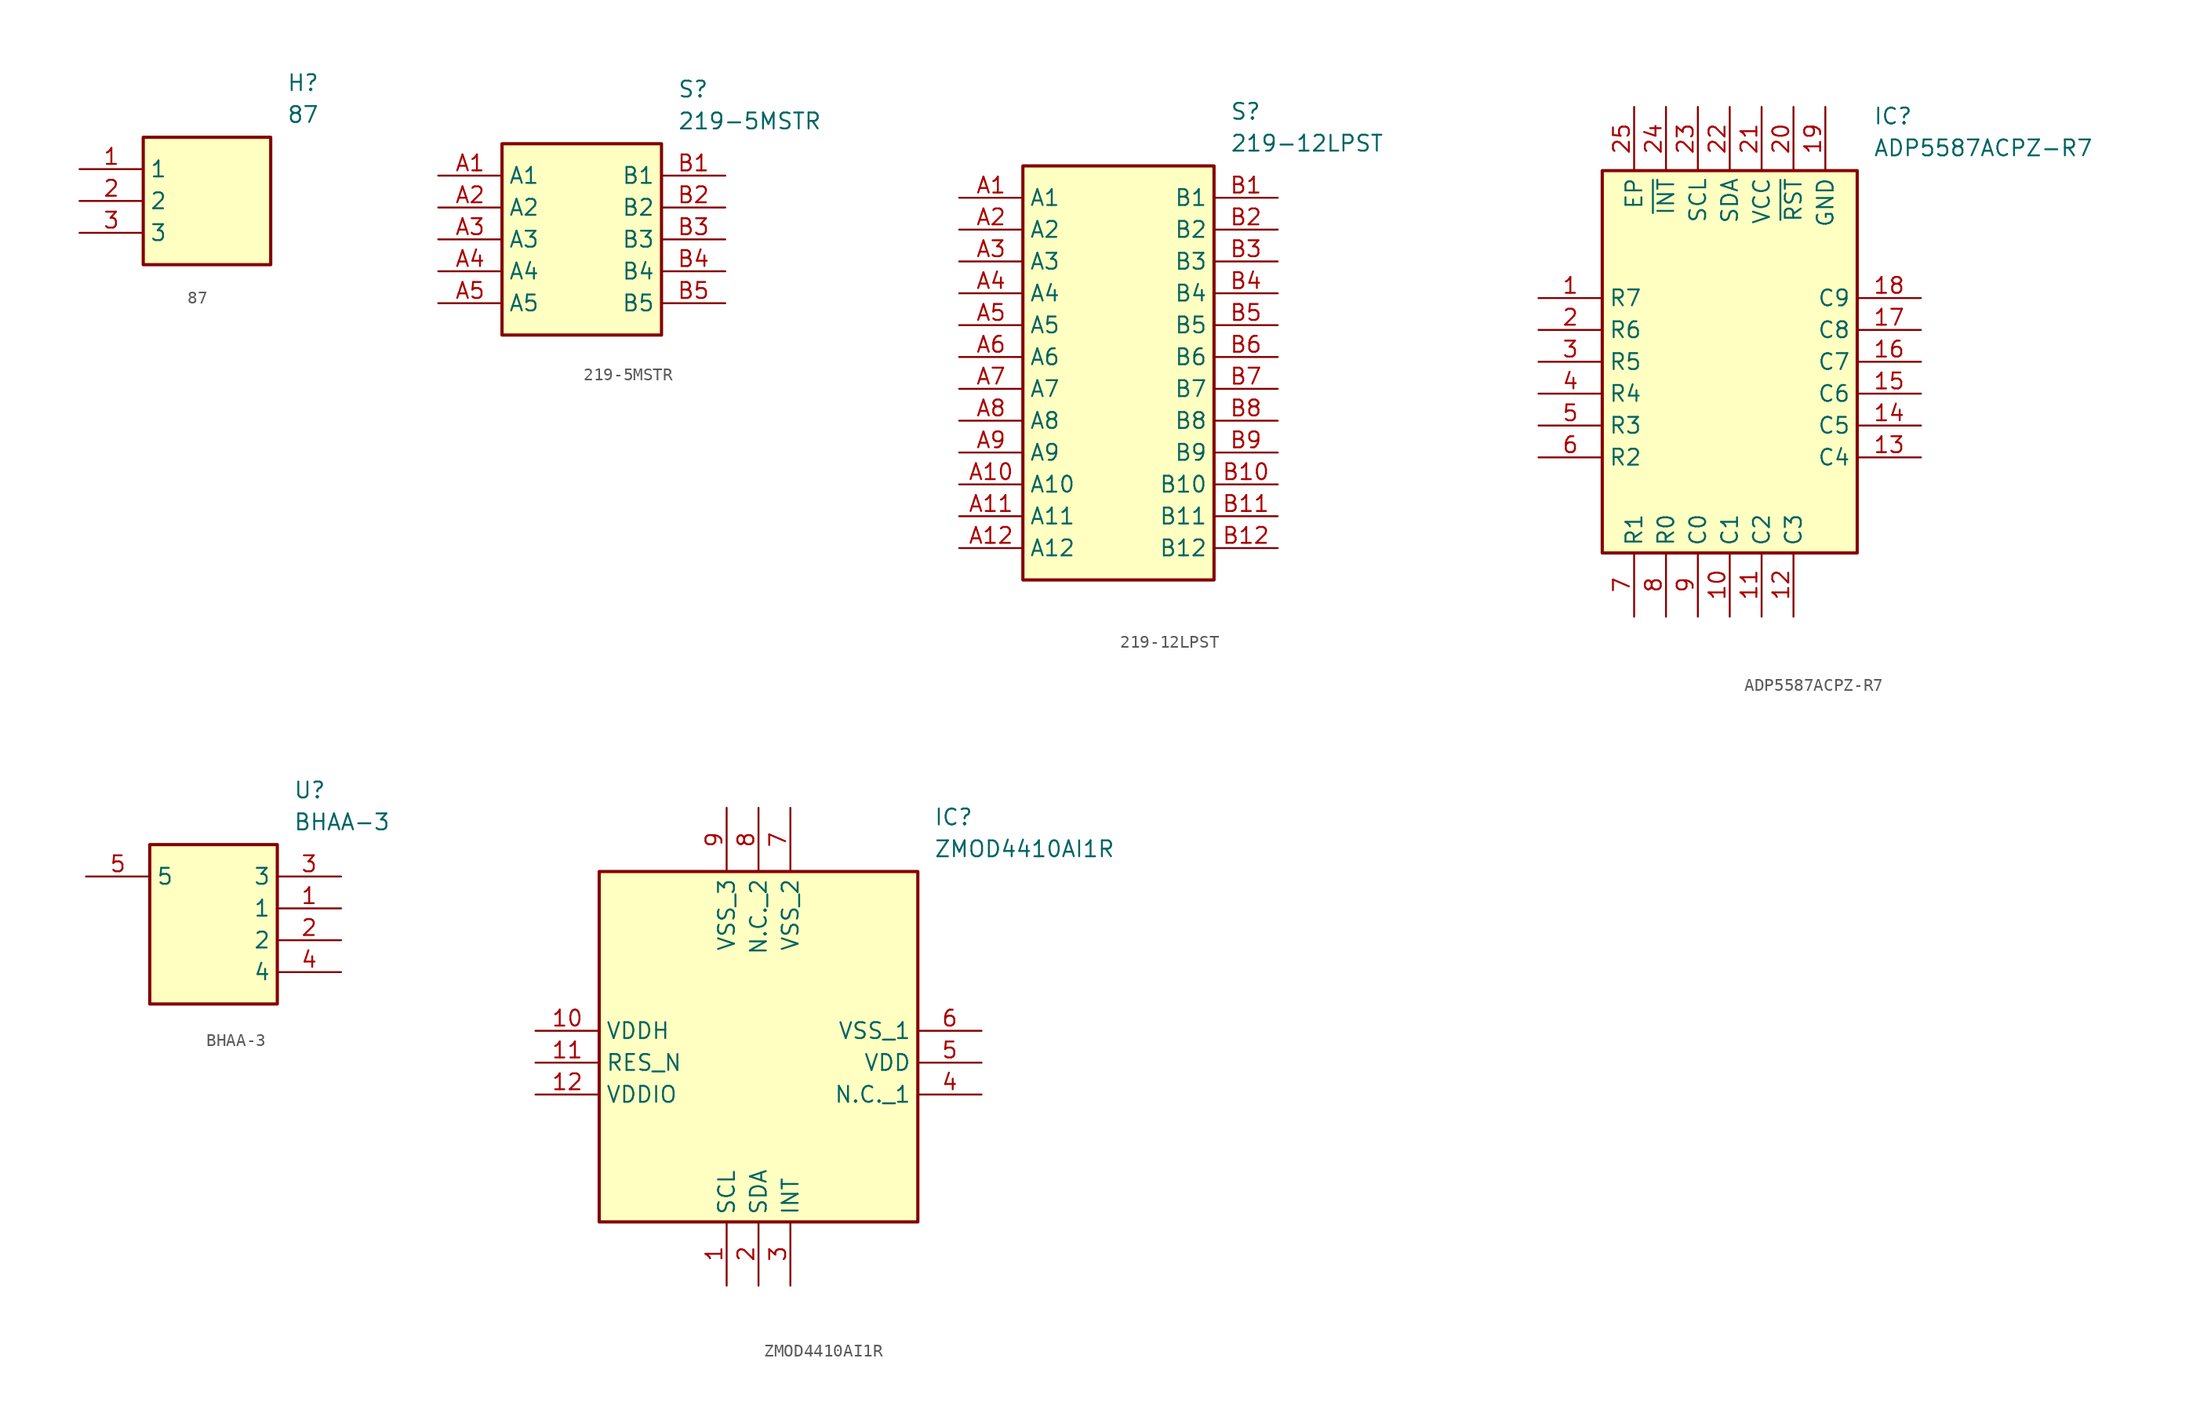
<source format=kicad_sym>
(kicad_symbol_lib
  (version 20220914)
  (generator SamacSys_ECAD_Model)
  (symbol "87"
    (property "Reference" "H"
      (at 16.51 7.62 0)
      (effects (font (size 1.27 1.27)) (justify left top)))
    (property "Value" "87"
      (at 16.51 5.08 0)
      (effects (font (size 1.27 1.27)) (justify left top)))
    (rectangle
      (start 5.08 2.54)
      (end 15.24 -7.62)
      (stroke (width 0.254) (type default))
      (fill (type background)))
    (pin passive line
      (at 0 0 0)
      (length 5.08)
      (name "1" (effects (font (size 1.27 1.27))))
      (number "1" (effects (font (size 1.27 1.27)))))
    (pin passive line
      (at 0 -2.54 0)
      (length 5.08)
      (name "2" (effects (font (size 1.27 1.27))))
      (number "2" (effects (font (size 1.27 1.27)))))
    (pin passive line
      (at 0 -5.08 0)
      (length 5.08)
      (name "3" (effects (font (size 1.27 1.27))))
      (number "3" (effects (font (size 1.27 1.27))))))
  (symbol "219-5MSTR"
    (property "Reference" "S"
      (at 19.05 7.62 0)
      (effects (font (size 1.27 1.27)) (justify left top)))
    (property "Value" "219-5MSTR"
      (at 19.05 5.08 0)
      (effects (font (size 1.27 1.27)) (justify left top)))
    (rectangle
      (start 5.08 2.54)
      (end 17.78 -12.7)
      (stroke (width 0.254) (type default))
      (fill (type background)))
    (pin passive line
      (at 0 0 0)
      (length 5.08)
      (name "A1" (effects (font (size 1.27 1.27))))
      (number "A1" (effects (font (size 1.27 1.27)))))
    (pin passive line
      (at 0 -2.54 0)
      (length 5.08)
      (name "A2" (effects (font (size 1.27 1.27))))
      (number "A2" (effects (font (size 1.27 1.27)))))
    (pin passive line
      (at 0 -5.08 0)
      (length 5.08)
      (name "A3" (effects (font (size 1.27 1.27))))
      (number "A3" (effects (font (size 1.27 1.27)))))
    (pin passive line
      (at 0 -7.62 0)
      (length 5.08)
      (name "A4" (effects (font (size 1.27 1.27))))
      (number "A4" (effects (font (size 1.27 1.27)))))
    (pin passive line
      (at 0 -10.16 0)
      (length 5.08)
      (name "A5" (effects (font (size 1.27 1.27))))
      (number "A5" (effects (font (size 1.27 1.27)))))
    (pin passive line
      (at 22.86 0 180)
      (length 5.08)
      (name "B1" (effects (font (size 1.27 1.27))))
      (number "B1" (effects (font (size 1.27 1.27)))))
    (pin passive line
      (at 22.86 -2.54 180)
      (length 5.08)
      (name "B2" (effects (font (size 1.27 1.27))))
      (number "B2" (effects (font (size 1.27 1.27)))))
    (pin passive line
      (at 22.86 -5.08 180)
      (length 5.08)
      (name "B3" (effects (font (size 1.27 1.27))))
      (number "B3" (effects (font (size 1.27 1.27)))))
    (pin passive line
      (at 22.86 -7.62 180)
      (length 5.08)
      (name "B4" (effects (font (size 1.27 1.27))))
      (number "B4" (effects (font (size 1.27 1.27)))))
    (pin passive line
      (at 22.86 -10.16 180)
      (length 5.08)
      (name "B5" (effects (font (size 1.27 1.27))))
      (number "B5" (effects (font (size 1.27 1.27))))))
  (symbol "219-12LPST"
    (property "Reference" "S"
      (at 21.59 7.62 0)
      (effects (font (size 1.27 1.27)) (justify left top)))
    (property "Value" "219-12LPST"
      (at 21.59 5.08 0)
      (effects (font (size 1.27 1.27)) (justify left top)))
    (rectangle
      (start 5.08 2.54)
      (end 20.32 -30.48)
      (stroke (width 0.254) (type default))
      (fill (type background)))
    (pin passive line
      (at 0 0 0)
      (length 5.08)
      (name "A1" (effects (font (size 1.27 1.27))))
      (number "A1" (effects (font (size 1.27 1.27)))))
    (pin passive line
      (at 0 -2.54 0)
      (length 5.08)
      (name "A2" (effects (font (size 1.27 1.27))))
      (number "A2" (effects (font (size 1.27 1.27)))))
    (pin passive line
      (at 0 -5.08 0)
      (length 5.08)
      (name "A3" (effects (font (size 1.27 1.27))))
      (number "A3" (effects (font (size 1.27 1.27)))))
    (pin passive line
      (at 0 -7.62 0)
      (length 5.08)
      (name "A4" (effects (font (size 1.27 1.27))))
      (number "A4" (effects (font (size 1.27 1.27)))))
    (pin passive line
      (at 0 -10.16 0)
      (length 5.08)
      (name "A5" (effects (font (size 1.27 1.27))))
      (number "A5" (effects (font (size 1.27 1.27)))))
    (pin passive line
      (at 0 -12.7 0)
      (length 5.08)
      (name "A6" (effects (font (size 1.27 1.27))))
      (number "A6" (effects (font (size 1.27 1.27)))))
    (pin passive line
      (at 0 -15.24 0)
      (length 5.08)
      (name "A7" (effects (font (size 1.27 1.27))))
      (number "A7" (effects (font (size 1.27 1.27)))))
    (pin passive line
      (at 0 -17.78 0)
      (length 5.08)
      (name "A8" (effects (font (size 1.27 1.27))))
      (number "A8" (effects (font (size 1.27 1.27)))))
    (pin passive line
      (at 0 -20.32 0)
      (length 5.08)
      (name "A9" (effects (font (size 1.27 1.27))))
      (number "A9" (effects (font (size 1.27 1.27)))))
    (pin passive line
      (at 0 -22.86 0)
      (length 5.08)
      (name "A10" (effects (font (size 1.27 1.27))))
      (number "A10" (effects (font (size 1.27 1.27)))))
    (pin passive line
      (at 0 -25.4 0)
      (length 5.08)
      (name "A11" (effects (font (size 1.27 1.27))))
      (number "A11" (effects (font (size 1.27 1.27)))))
    (pin passive line
      (at 0 -27.94 0)
      (length 5.08)
      (name "A12" (effects (font (size 1.27 1.27))))
      (number "A12" (effects (font (size 1.27 1.27)))))
    (pin passive line
      (at 25.4 0 180)
      (length 5.08)
      (name "B1" (effects (font (size 1.27 1.27))))
      (number "B1" (effects (font (size 1.27 1.27)))))
    (pin passive line
      (at 25.4 -2.54 180)
      (length 5.08)
      (name "B2" (effects (font (size 1.27 1.27))))
      (number "B2" (effects (font (size 1.27 1.27)))))
    (pin passive line
      (at 25.4 -5.08 180)
      (length 5.08)
      (name "B3" (effects (font (size 1.27 1.27))))
      (number "B3" (effects (font (size 1.27 1.27)))))
    (pin passive line
      (at 25.4 -7.62 180)
      (length 5.08)
      (name "B4" (effects (font (size 1.27 1.27))))
      (number "B4" (effects (font (size 1.27 1.27)))))
    (pin passive line
      (at 25.4 -10.16 180)
      (length 5.08)
      (name "B5" (effects (font (size 1.27 1.27))))
      (number "B5" (effects (font (size 1.27 1.27)))))
    (pin passive line
      (at 25.4 -12.7 180)
      (length 5.08)
      (name "B6" (effects (font (size 1.27 1.27))))
      (number "B6" (effects (font (size 1.27 1.27)))))
    (pin passive line
      (at 25.4 -15.24 180)
      (length 5.08)
      (name "B7" (effects (font (size 1.27 1.27))))
      (number "B7" (effects (font (size 1.27 1.27)))))
    (pin passive line
      (at 25.4 -17.78 180)
      (length 5.08)
      (name "B8" (effects (font (size 1.27 1.27))))
      (number "B8" (effects (font (size 1.27 1.27)))))
    (pin passive line
      (at 25.4 -20.32 180)
      (length 5.08)
      (name "B9" (effects (font (size 1.27 1.27))))
      (number "B9" (effects (font (size 1.27 1.27)))))
    (pin passive line
      (at 25.4 -22.86 180)
      (length 5.08)
      (name "B10" (effects (font (size 1.27 1.27))))
      (number "B10" (effects (font (size 1.27 1.27)))))
    (pin passive line
      (at 25.4 -25.4 180)
      (length 5.08)
      (name "B11" (effects (font (size 1.27 1.27))))
      (number "B11" (effects (font (size 1.27 1.27)))))
    (pin passive line
      (at 25.4 -27.94 180)
      (length 5.08)
      (name "B12" (effects (font (size 1.27 1.27))))
      (number "B12" (effects (font (size 1.27 1.27))))))
  (symbol "ADP5587ACPZ-R7"
    (property "Reference" "IC"
      (at 26.67 15.24 0)
      (effects (font (size 1.27 1.27)) (justify left top)))
    (property "Value" "ADP5587ACPZ-R7"
      (at 26.67 12.7 0)
      (effects (font (size 1.27 1.27)) (justify left top)))
    (rectangle
      (start 5.08 10.16)
      (end 25.4 -20.32)
      (stroke (width 0.254) (type default))
      (fill (type background)))
    (pin passive line
      (at 0 0 0)
      (length 5.08)
      (name "R7" (effects (font (size 1.27 1.27))))
      (number "1" (effects (font (size 1.27 1.27)))))
    (pin passive line
      (at 0 -2.54 0)
      (length 5.08)
      (name "R6" (effects (font (size 1.27 1.27))))
      (number "2" (effects (font (size 1.27 1.27)))))
    (pin passive line
      (at 0 -5.08 0)
      (length 5.08)
      (name "R5" (effects (font (size 1.27 1.27))))
      (number "3" (effects (font (size 1.27 1.27)))))
    (pin passive line
      (at 0 -7.62 0)
      (length 5.08)
      (name "R4" (effects (font (size 1.27 1.27))))
      (number "4" (effects (font (size 1.27 1.27)))))
    (pin passive line
      (at 0 -10.16 0)
      (length 5.08)
      (name "R3" (effects (font (size 1.27 1.27))))
      (number "5" (effects (font (size 1.27 1.27)))))
    (pin passive line
      (at 0 -12.7 0)
      (length 5.08)
      (name "R2" (effects (font (size 1.27 1.27))))
      (number "6" (effects (font (size 1.27 1.27)))))
    (pin passive line
      (at 7.62 -25.4 90)
      (length 5.08)
      (name "R1" (effects (font (size 1.27 1.27))))
      (number "7" (effects (font (size 1.27 1.27)))))
    (pin passive line
      (at 10.16 -25.4 90)
      (length 5.08)
      (name "R0" (effects (font (size 1.27 1.27))))
      (number "8" (effects (font (size 1.27 1.27)))))
    (pin passive line
      (at 12.7 -25.4 90)
      (length 5.08)
      (name "C0" (effects (font (size 1.27 1.27))))
      (number "9" (effects (font (size 1.27 1.27)))))
    (pin passive line
      (at 15.24 -25.4 90)
      (length 5.08)
      (name "C1" (effects (font (size 1.27 1.27))))
      (number "10" (effects (font (size 1.27 1.27)))))
    (pin passive line
      (at 17.78 -25.4 90)
      (length 5.08)
      (name "C2" (effects (font (size 1.27 1.27))))
      (number "11" (effects (font (size 1.27 1.27)))))
    (pin passive line
      (at 20.32 -25.4 90)
      (length 5.08)
      (name "C3" (effects (font (size 1.27 1.27))))
      (number "12" (effects (font (size 1.27 1.27)))))
    (pin passive line
      (at 30.48 0 180)
      (length 5.08)
      (name "C9" (effects (font (size 1.27 1.27))))
      (number "18" (effects (font (size 1.27 1.27)))))
    (pin passive line
      (at 30.48 -2.54 180)
      (length 5.08)
      (name "C8" (effects (font (size 1.27 1.27))))
      (number "17" (effects (font (size 1.27 1.27)))))
    (pin passive line
      (at 30.48 -5.08 180)
      (length 5.08)
      (name "C7" (effects (font (size 1.27 1.27))))
      (number "16" (effects (font (size 1.27 1.27)))))
    (pin passive line
      (at 30.48 -7.62 180)
      (length 5.08)
      (name "C6" (effects (font (size 1.27 1.27))))
      (number "15" (effects (font (size 1.27 1.27)))))
    (pin passive line
      (at 30.48 -10.16 180)
      (length 5.08)
      (name "C5" (effects (font (size 1.27 1.27))))
      (number "14" (effects (font (size 1.27 1.27)))))
    (pin passive line
      (at 30.48 -12.7 180)
      (length 5.08)
      (name "C4" (effects (font (size 1.27 1.27))))
      (number "13" (effects (font (size 1.27 1.27)))))
    (pin passive line
      (at 7.62 15.24 270)
      (length 5.08)
      (name "EP" (effects (font (size 1.27 1.27))))
      (number "25" (effects (font (size 1.27 1.27)))))
    (pin passive line
      (at 10.16 15.24 270)
      (length 5.08)
      (name "~{INT}" (effects (font (size 1.27 1.27))))
      (number "24" (effects (font (size 1.27 1.27)))))
    (pin passive line
      (at 12.7 15.24 270)
      (length 5.08)
      (name "SCL" (effects (font (size 1.27 1.27))))
      (number "23" (effects (font (size 1.27 1.27)))))
    (pin passive line
      (at 15.24 15.24 270)
      (length 5.08)
      (name "SDA" (effects (font (size 1.27 1.27))))
      (number "22" (effects (font (size 1.27 1.27)))))
    (pin passive line
      (at 17.78 15.24 270)
      (length 5.08)
      (name "VCC" (effects (font (size 1.27 1.27))))
      (number "21" (effects (font (size 1.27 1.27)))))
    (pin passive line
      (at 20.32 15.24 270)
      (length 5.08)
      (name "~{RST}" (effects (font (size 1.27 1.27))))
      (number "20" (effects (font (size 1.27 1.27)))))
    (pin passive line
      (at 22.86 15.24 270)
      (length 5.08)
      (name "GND" (effects (font (size 1.27 1.27))))
      (number "19" (effects (font (size 1.27 1.27))))))
  (symbol "BHAA-3"
    (property "Reference" "U"
      (at 16.51 7.62 0)
      (effects (font (size 1.27 1.27)) (justify left top)))
    (property "Value" "BHAA-3"
      (at 16.51 5.08 0)
      (effects (font (size 1.27 1.27)) (justify left top)))
    (rectangle
      (start 5.08 2.54)
      (end 15.24 -10.16)
      (stroke (width 0.254) (type default))
      (fill (type background)))
    (pin passive line
      (at 20.32 -2.54 180)
      (length 5.08)
      (name "1" (effects (font (size 1.27 1.27))))
      (number "1" (effects (font (size 1.27 1.27)))))
    (pin passive line
      (at 20.32 -5.08 180)
      (length 5.08)
      (name "2" (effects (font (size 1.27 1.27))))
      (number "2" (effects (font (size 1.27 1.27)))))
    (pin passive line
      (at 20.32 0 180)
      (length 5.08)
      (name "3" (effects (font (size 1.27 1.27))))
      (number "3" (effects (font (size 1.27 1.27)))))
    (pin passive line
      (at 20.32 -7.62 180)
      (length 5.08)
      (name "4" (effects (font (size 1.27 1.27))))
      (number "4" (effects (font (size 1.27 1.27)))))
    (pin passive line
      (at 0 0 0)
      (length 5.08)
      (name "5" (effects (font (size 1.27 1.27))))
      (number "5" (effects (font (size 1.27 1.27))))))
  (symbol "ZMOD4410AI1R"
    (property "Reference" "IC"
      (at 31.75 17.78 0)
      (effects (font (size 1.27 1.27)) (justify left top)))
    (property "Value" "ZMOD4410AI1R"
      (at 31.75 15.24 0)
      (effects (font (size 1.27 1.27)) (justify left top)))
    (rectangle
      (start 5.08 12.7)
      (end 30.48 -15.24)
      (stroke (width 0.254) (type default))
      (fill (type background)))
    (pin passive line
      (at 15.24 -20.32 90)
      (length 5.08)
      (name "SCL" (effects (font (size 1.27 1.27))))
      (number "1" (effects (font (size 1.27 1.27)))))
    (pin passive line
      (at 17.78 -20.32 90)
      (length 5.08)
      (name "SDA" (effects (font (size 1.27 1.27))))
      (number "2" (effects (font (size 1.27 1.27)))))
    (pin passive line
      (at 20.32 -20.32 90)
      (length 5.08)
      (name "INT" (effects (font (size 1.27 1.27))))
      (number "3" (effects (font (size 1.27 1.27)))))
    (pin passive line
      (at 35.56 -5.08 180)
      (length 5.08)
      (name "N.C._1" (effects (font (size 1.27 1.27))))
      (number "4" (effects (font (size 1.27 1.27)))))
    (pin passive line
      (at 35.56 -2.54 180)
      (length 5.08)
      (name "VDD" (effects (font (size 1.27 1.27))))
      (number "5" (effects (font (size 1.27 1.27)))))
    (pin passive line
      (at 35.56 0 180)
      (length 5.08)
      (name "VSS_1" (effects (font (size 1.27 1.27))))
      (number "6" (effects (font (size 1.27 1.27)))))
    (pin passive line
      (at 20.32 17.78 270)
      (length 5.08)
      (name "VSS_2" (effects (font (size 1.27 1.27))))
      (number "7" (effects (font (size 1.27 1.27)))))
    (pin passive line
      (at 17.78 17.78 270)
      (length 5.08)
      (name "N.C._2" (effects (font (size 1.27 1.27))))
      (number "8" (effects (font (size 1.27 1.27)))))
    (pin passive line
      (at 15.24 17.78 270)
      (length 5.08)
      (name "VSS_3" (effects (font (size 1.27 1.27))))
      (number "9" (effects (font (size 1.27 1.27)))))
    (pin passive line
      (at 0 0 0)
      (length 5.08)
      (name "VDDH" (effects (font (size 1.27 1.27))))
      (number "10" (effects (font (size 1.27 1.27)))))
    (pin passive line
      (at 0 -2.54 0)
      (length 5.08)
      (name "RES_N" (effects (font (size 1.27 1.27))))
      (number "11" (effects (font (size 1.27 1.27)))))
    (pin passive line
      (at 0 -5.08 0)
      (length 5.08)
      (name "VDDIO" (effects (font (size 1.27 1.27))))
      (number "12" (effects (font (size 1.27 1.27)))))))
</source>
